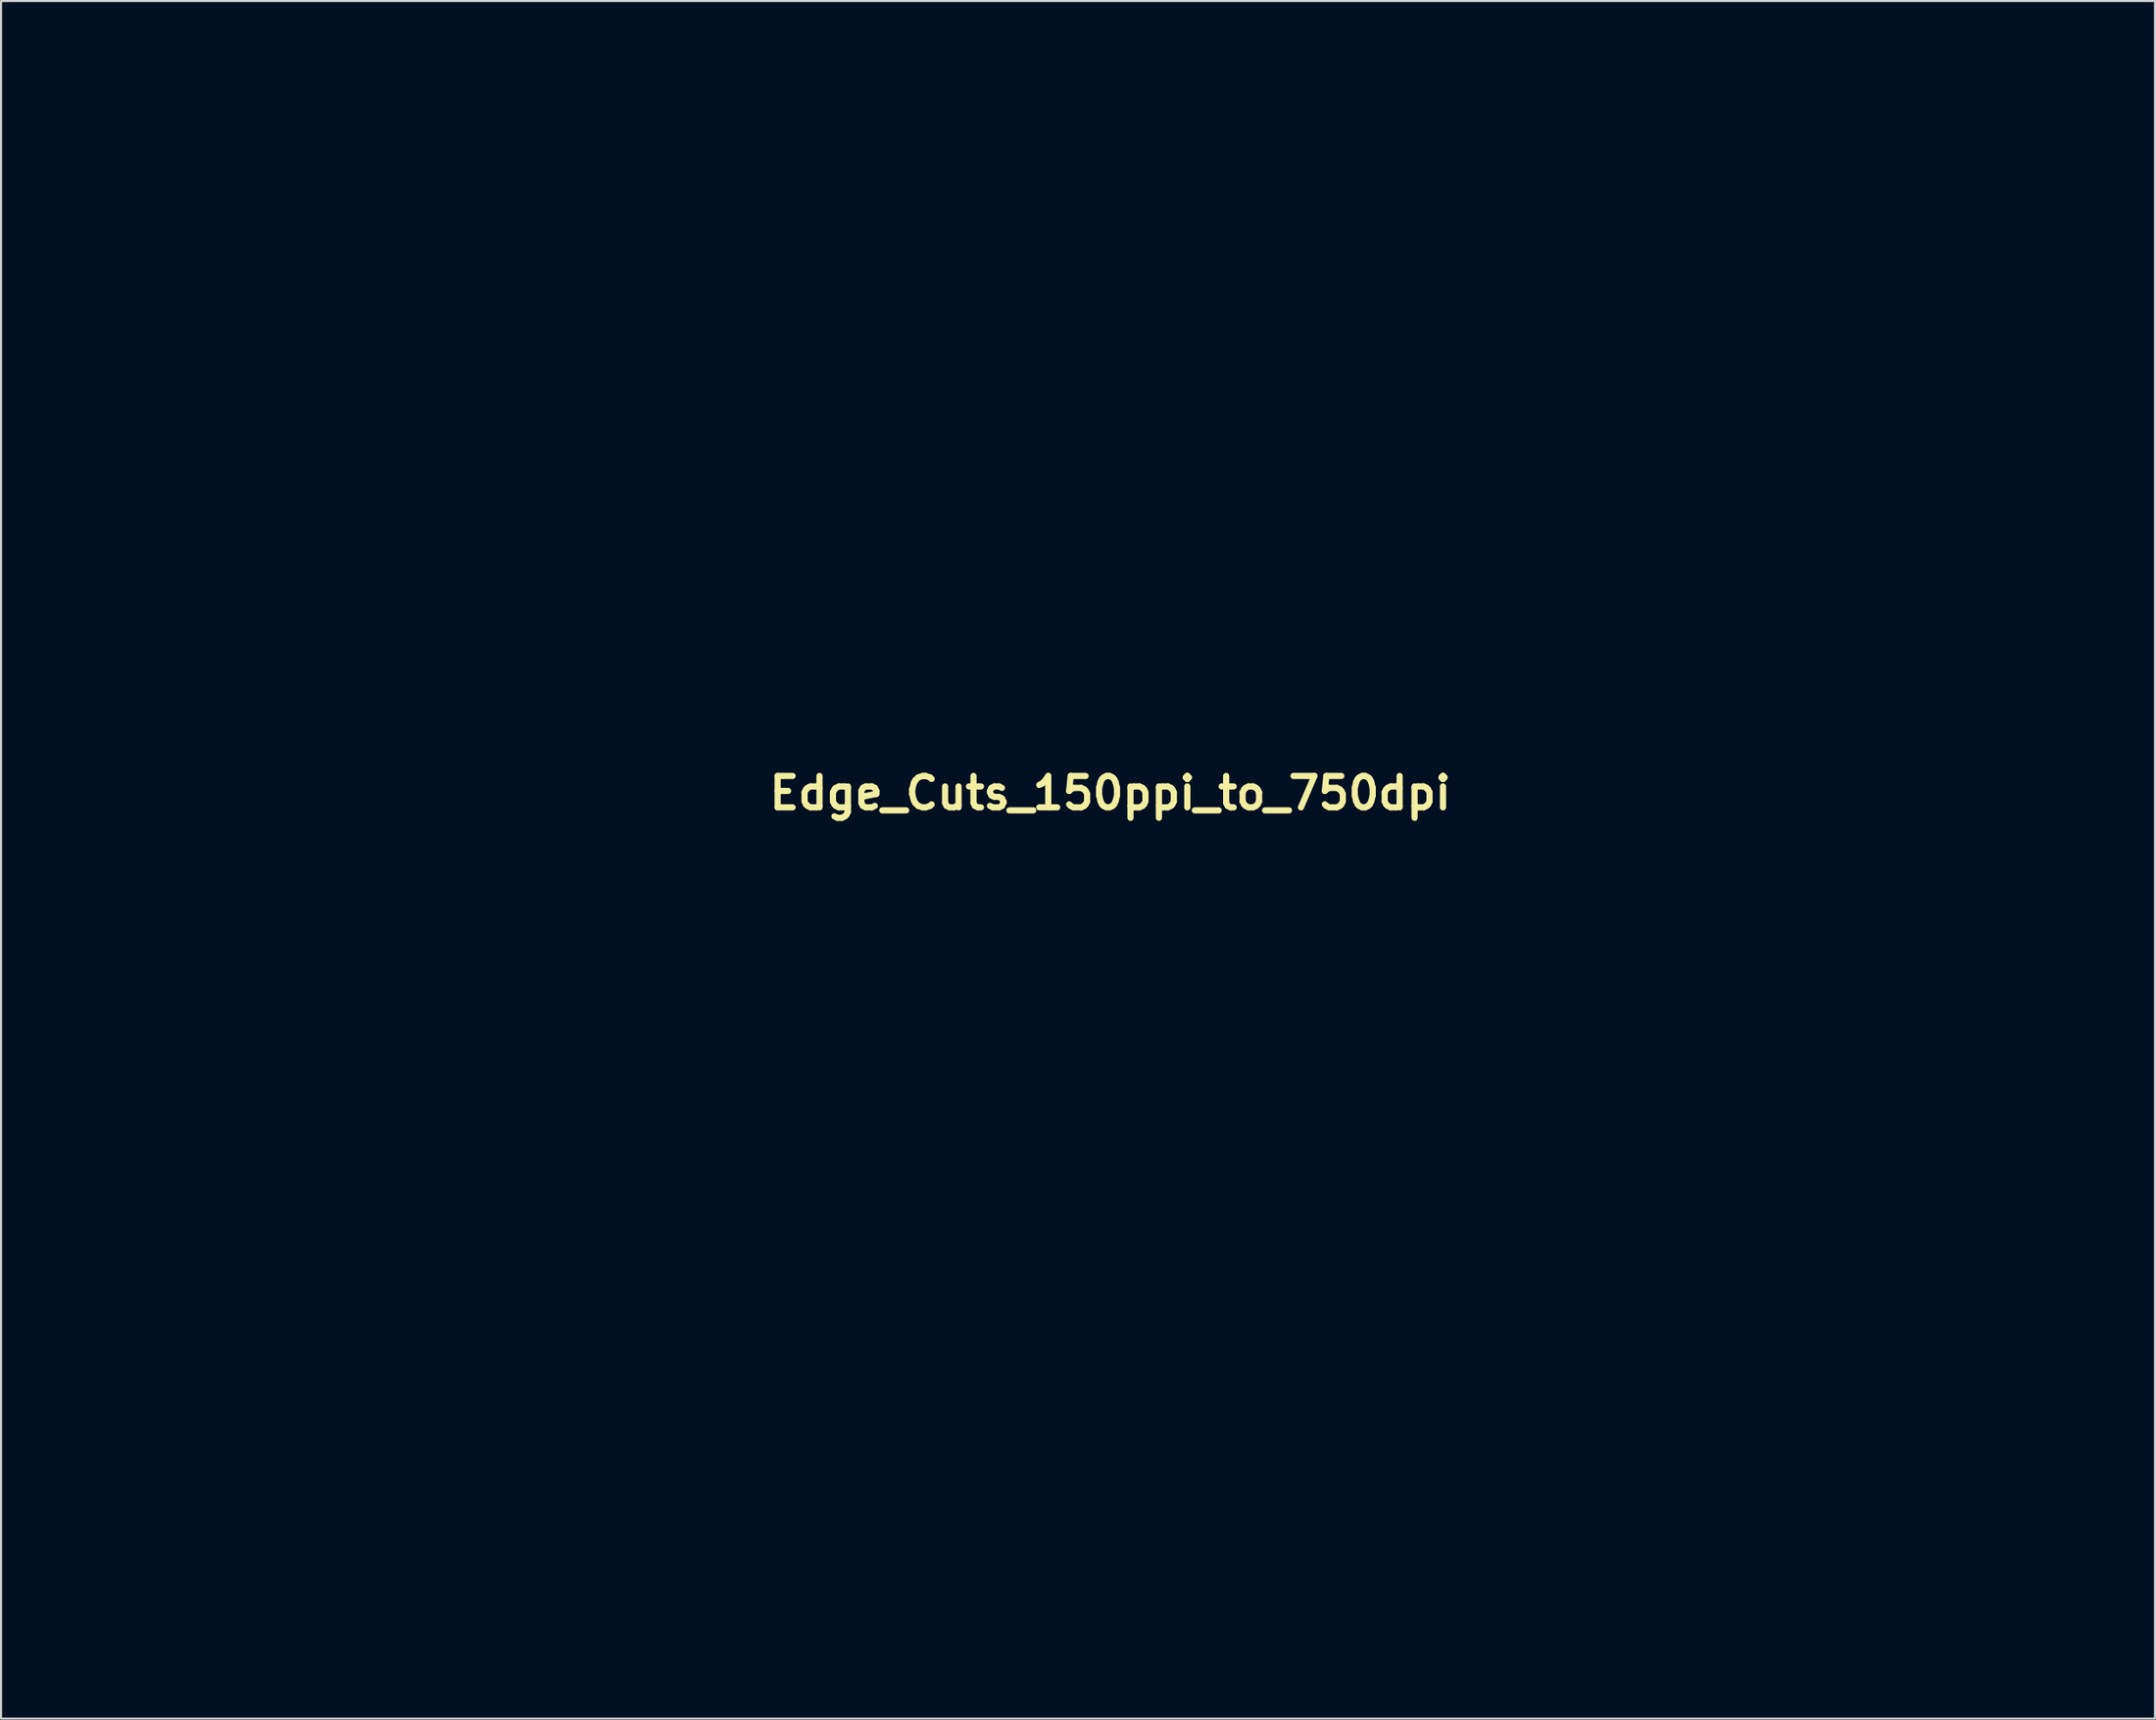
<source format=kicad_pcb>
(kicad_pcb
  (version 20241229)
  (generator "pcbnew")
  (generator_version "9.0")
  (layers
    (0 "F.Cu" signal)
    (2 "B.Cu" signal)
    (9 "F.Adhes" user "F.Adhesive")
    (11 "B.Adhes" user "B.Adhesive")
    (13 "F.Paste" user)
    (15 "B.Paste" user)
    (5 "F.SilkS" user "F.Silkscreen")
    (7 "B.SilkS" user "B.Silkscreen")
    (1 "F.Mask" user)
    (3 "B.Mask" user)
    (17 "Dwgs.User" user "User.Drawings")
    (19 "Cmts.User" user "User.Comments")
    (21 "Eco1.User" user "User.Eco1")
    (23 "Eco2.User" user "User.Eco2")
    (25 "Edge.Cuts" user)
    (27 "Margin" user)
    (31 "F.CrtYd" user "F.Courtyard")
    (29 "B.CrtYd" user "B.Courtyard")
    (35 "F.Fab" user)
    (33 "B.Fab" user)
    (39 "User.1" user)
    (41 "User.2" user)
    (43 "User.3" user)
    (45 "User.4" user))
  (footprint "Edge_Cuts_150ppi_to_750dpi"
    (layer "F.Cu")
    (at 50.842 35.448)
    (property "Reference" "Edge_Cuts_150ppi_to_750dpi" (at 0 0 0) (layer "F.SilkS") (effects (font (size 1.524 1.524) (thickness 0.3))))
    (attr through_hole)
    (fp_poly (pts (xy 0.12 -35.443) (xy 0.561 -35.44) (xy 0.998 -35.434) (xy 1.419 -35.426) (xy 1.814 -35.415) (xy 2.172 -35.403) (xy 2.482 -35.387) (xy 2.711 -35.372) (xy 3.444 -35.31) (xy 4.127 -35.242) (xy 4.776 -35.166) (xy 5.407 -35.081) (xy 6.038 -34.984) (xy 6.686 -34.873) (xy 7.281 -34.762) (xy 8.806 -34.434) (xy 10.317 -34.039) (xy 11.813 -33.581) (xy 13.293 -33.058) (xy 14.754 -32.473) (xy 16.194 -31.827) (xy 17.613 -31.12) (xy 19.007 -30.353) (xy 20.375 -29.528) (xy 21.716 -28.646) (xy 23.027 -27.707) (xy 24.307 -26.713) (xy 25.553 -25.665) (xy 26.765 -24.563) (xy 27.94 -23.41) (xy 28.966 -22.326) (xy 30.113 -21.021) (xy 31.21 -19.672) (xy 32.255 -18.279) (xy 33.248 -16.844) (xy 34.188 -15.367) (xy 35.076 -13.849) (xy 35.91 -12.291) (xy 36.69 -10.694) (xy 37.415 -9.059) (xy 38.085 -7.386) (xy 38.123 -7.285) (xy 38.674 -5.741) (xy 39.176 -4.156) (xy 39.629 -2.54) (xy 40.029 -0.901) (xy 40.376 0.752) (xy 40.666 2.409) (xy 40.898 4.062) (xy 41.063 5.622) (xy 41.081 5.827) (xy 41.098 6.021) (xy 41.113 6.187) (xy 41.124 6.311) (xy 41.13 6.367) (xy 41.137 6.463) (xy 41.147 6.605) (xy 41.157 6.775) (xy 41.166 6.926) (xy 41.175 7.092) (xy 41.185 7.239) (xy 41.193 7.351) (xy 41.199 7.408) (xy 41.213 7.532) (xy 41.224 7.716) (xy 41.235 7.953) (xy 41.243 8.238) (xy 41.251 8.562) (xy 41.256 8.919) (xy 41.26 9.302) (xy 41.263 9.704) (xy 41.264 10.117) (xy 41.263 10.535) (xy 41.261 10.952) (xy 41.258 11.358) (xy 41.253 11.749) (xy 41.246 12.117) (xy 41.238 12.455) (xy 41.228 12.755) (xy 41.217 13.012) (xy 41.204 13.217) (xy 41.199 13.276) (xy 41.191 13.381) (xy 41.18 13.528) (xy 41.169 13.688) (xy 41.166 13.733) (xy 41.119 14.39) (xy 41.065 15.027) (xy 41.025 15.442) (xy 41.006 15.652) (xy 40.995 15.815) (xy 40.994 15.925) (xy 41.002 15.974) (xy 41.004 15.977) (xy 41.06 16.006) (xy 41.161 16.067) (xy 41.296 16.155) (xy 41.454 16.261) (xy 41.627 16.379) (xy 41.802 16.502) (xy 41.971 16.623) (xy 42.123 16.734) (xy 42.169 16.769) (xy 42.926 17.388) (xy 43.633 18.051) (xy 44.289 18.756) (xy 44.893 19.501) (xy 45.443 20.282) (xy 45.937 21.098) (xy 46.374 21.945) (xy 46.752 22.821) (xy 47.07 23.724) (xy 47.327 24.65) (xy 47.52 25.597) (xy 47.599 26.128) (xy 47.661 26.736) (xy 47.696 27.382) (xy 47.704 28.045) (xy 47.686 28.702) (xy 47.641 29.333) (xy 47.599 29.701) (xy 47.441 30.655) (xy 47.219 31.589) (xy 46.935 32.499) (xy 46.592 33.385) (xy 46.191 34.241) (xy 45.734 35.067) (xy 45.222 35.86) (xy 44.659 36.617) (xy 44.044 37.335) (xy 43.382 38.011) (xy 42.672 38.644) (xy 41.918 39.231) (xy 41.121 39.768) (xy 40.282 40.253) (xy 39.932 40.435) (xy 39.045 40.841) (xy 38.14 41.183) (xy 37.214 41.461) (xy 36.265 41.675) (xy 35.292 41.827) (xy 35.137 41.845) (xy 34.989 41.858) (xy 34.793 41.871) (xy 34.56 41.882) (xy 34.301 41.893) (xy 34.03 41.901) (xy 33.757 41.908) (xy 33.493 41.913) (xy 33.252 41.916) (xy 33.044 41.915) (xy 32.881 41.912) (xy 32.783 41.906) (xy 32.703 41.899) (xy 32.574 41.887) (xy 32.413 41.873) (xy 32.241 41.858) (xy 31.648 41.79) (xy 31.022 41.688) (xy 30.382 41.554) (xy 29.749 41.393) (xy 29.146 41.211) (xy 29.106 41.198) (xy 28.194 40.858) (xy 27.312 40.457) (xy 26.46 39.999) (xy 25.644 39.484) (xy 24.864 38.914) (xy 24.124 38.292) (xy 23.427 37.62) (xy 22.775 36.899) (xy 22.17 36.132) (xy 22.06 35.98) (xy 21.896 35.728) (xy 21.73 35.436) (xy 21.578 35.13) (xy 21.453 34.838) (xy 21.449 34.828) (xy 21.328 34.513) (xy 21.211 34.602) (xy 21.093 34.692) (xy 21.116 34.931) (xy 21.129 35.065) (xy 21.141 35.182) (xy 21.15 35.255) (xy 21.158 35.328) (xy 21.169 35.446) (xy 21.18 35.587) (xy 21.184 35.628) (xy 21.196 35.772) (xy 21.207 35.899) (xy 21.217 35.987) (xy 21.219 36.002) (xy 21.22 36.068) (xy 21.211 36.184) (xy 21.194 36.335) (xy 21.171 36.505) (xy 21.17 36.513) (xy 21.14 36.702) (xy 21.11 36.847) (xy 21.073 36.97) (xy 21.023 37.093) (xy 20.953 37.239) (xy 20.934 37.276) (xy 20.701 37.693) (xy 20.419 38.136) (xy 20.094 38.594) (xy 19.94 38.794) (xy 19.794 38.978) (xy 19.661 39.132) (xy 19.525 39.273) (xy 19.372 39.417) (xy 19.186 39.58) (xy 19.104 39.649) (xy 18.68 39.989) (xy 18.259 40.296) (xy 17.85 40.565) (xy 17.463 40.789) (xy 17.272 40.885) (xy 17.112 40.961) (xy 16.983 41.017) (xy 16.866 41.06) (xy 16.746 41.094) (xy 16.605 41.125) (xy 16.426 41.157) (xy 16.273 41.183) (xy 15.906 41.238) (xy 15.498 41.291) (xy 15.071 41.339) (xy 14.645 41.38) (xy 14.24 41.412) (xy 13.876 41.434) (xy 13.814 41.436) (xy 13.319 41.455) (xy 12.459 41.266) (xy 12.194 41.206) (xy 11.881 41.134) (xy 11.541 41.052) (xy 11.19 40.967) (xy 10.849 40.882) (xy 10.536 40.802) (xy 10.533 40.801) (xy 10.234 40.724) (xy 9.993 40.663) (xy 9.798 40.616) (xy 9.642 40.581) (xy 9.516 40.556) (xy 9.41 40.539) (xy 9.315 40.53) (xy 9.223 40.525) (xy 9.127 40.524) (xy 8.968 40.526) (xy 8.843 40.535) (xy 8.729 40.556) (xy 8.602 40.593) (xy 8.436 40.652) (xy 8.433 40.653) (xy 8.271 40.709) (xy 8.115 40.76) (xy 7.987 40.797) (xy 7.925 40.812) (xy 7.622 40.865) (xy 7.287 40.913) (xy 6.948 40.954) (xy 6.629 40.984) (xy 6.435 40.997) (xy 6.257 41.006) (xy 6.095 41.015) (xy 5.966 41.024) (xy 5.886 41.03) (xy 5.878 41.031) (xy 5.816 41.035) (xy 5.698 41.038) (xy 5.534 41.042) (xy 5.337 41.045) (xy 5.116 41.047) (xy 5.015 41.048) (xy 4.25 41.053) (xy 3.336 40.88) (xy 3.072 40.828) (xy 2.759 40.764) (xy 2.414 40.691) (xy 2.052 40.613) (xy 1.692 40.533) (xy 1.348 40.455) (xy 1.202 40.421) (xy 0.631 40.29) (xy 0.06 40.163) (xy -0.505 40.043) (xy -1.057 39.93) (xy -1.589 39.826) (xy -2.096 39.731) (xy -2.57 39.647) (xy -3.006 39.576) (xy -3.398 39.517) (xy -3.738 39.473) (xy -4.02 39.444) (xy -4.081 39.44) (xy -4.256 39.428) (xy -4.441 39.415) (xy -4.6 39.404) (xy -4.623 39.403) (xy -4.862 39.386) (xy -5.133 39.368) (xy -5.416 39.35) (xy -5.692 39.332) (xy -5.942 39.316) (xy -6.147 39.304) (xy -6.181 39.302) (xy -6.345 39.292) (xy -6.503 39.281) (xy -6.629 39.272) (xy -6.672 39.268) (xy -6.77 39.26) (xy -6.914 39.251) (xy -7.082 39.241) (xy -7.197 39.234) (xy -7.372 39.225) (xy -7.545 39.215) (xy -7.689 39.205) (xy -7.755 39.2) (xy -7.86 39.193) (xy -8.013 39.185) (xy -8.195 39.175) (xy -8.387 39.167) (xy -8.416 39.165) (xy -8.599 39.157) (xy -8.768 39.148) (xy -8.906 39.14) (xy -8.996 39.134) (xy -9.009 39.133) (xy -9.082 39.127) (xy -9.209 39.12) (xy -9.375 39.112) (xy -9.566 39.103) (xy -9.703 39.097) (xy -9.893 39.089) (xy -10.059 39.081) (xy -10.189 39.074) (xy -10.271 39.068) (xy -10.295 39.064) (xy -10.335 39.06) (xy -10.435 39.054) (xy -10.588 39.047) (xy -10.788 39.04) (xy -11.027 39.032) (xy -11.299 39.023) (xy -11.595 39.015) (xy -11.91 39.006) (xy -12.235 38.999) (xy -12.311 38.997) (xy -12.633 38.989) (xy -12.9 38.978) (xy -13.126 38.962) (xy -13.324 38.938) (xy -13.507 38.903) (xy -13.689 38.854) (xy -13.882 38.788) (xy -14.1 38.702) (xy -14.355 38.593) (xy -14.58 38.495) (xy -14.872 38.365) (xy -15.117 38.252) (xy -15.329 38.149) (xy -15.523 38.048) (xy -15.716 37.94) (xy -15.921 37.819) (xy -16.154 37.675) (xy -16.155 37.674) (xy -16.378 37.537) (xy -16.643 37.377) (xy -16.934 37.203) (xy -17.233 37.026) (xy -17.523 36.857) (xy -17.746 36.728) (xy -18.01 36.574) (xy -18.313 36.392) (xy -18.639 36.193) (xy -18.97 35.986) (xy -19.292 35.783) (xy -19.586 35.592) (xy -19.643 35.555) (xy -19.905 35.383) (xy -20.176 35.207) (xy -20.444 35.034) (xy -20.697 34.873) (xy -20.922 34.731) (xy -21.11 34.614) (xy -21.184 34.569) (xy -21.487 34.374) (xy -21.824 34.137) (xy -22.182 33.865) (xy -22.552 33.568) (xy -22.923 33.254) (xy -23.282 32.932) (xy -23.314 32.903) (xy -23.621 32.585) (xy -23.926 32.205) (xy -24.227 31.768) (xy -24.519 31.279) (xy -24.608 31.115) (xy -24.698 30.949) (xy -24.779 30.807) (xy -24.844 30.698) (xy -24.889 30.631) (xy -24.904 30.615) (xy -24.944 30.628) (xy -25.036 30.661) (xy -25.166 30.711) (xy -25.325 30.773) (xy -25.418 30.81) (xy -25.903 31.005) (xy -25.942 31.225) (xy -25.989 31.464) (xy -26.053 31.747) (xy -26.131 32.056) (xy -26.217 32.371) (xy -26.306 32.674) (xy -26.385 32.925) (xy -26.709 33.792) (xy -27.09 34.628) (xy -27.525 35.43) (xy -28.012 36.195) (xy -28.549 36.921) (xy -29.132 37.606) (xy -29.76 38.246) (xy -30.429 38.839) (xy -31.137 39.383) (xy -31.883 39.876) (xy -32.662 40.313) (xy -33.473 40.694) (xy -34.314 41.015) (xy -34.398 41.044) (xy -35.133 41.264) (xy -35.869 41.438) (xy -36.59 41.564) (xy -36.906 41.603) (xy -37.052 41.619) (xy -37.205 41.636) (xy -37.253 41.641) (xy -37.455 41.658) (xy -37.71 41.668) (xy -38.004 41.672) (xy -38.321 41.671) (xy -38.649 41.664) (xy -38.971 41.652) (xy -39.274 41.635) (xy -39.544 41.613) (xy -39.624 41.605) (xy -40.51 41.474) (xy -41.384 41.278) (xy -42.239 41.02) (xy -43.071 40.701) (xy -43.872 40.323) (xy -43.908 40.304) (xy -44.721 39.842) (xy -45.487 39.333) (xy -46.207 38.774) (xy -46.883 38.164) (xy -47.518 37.501) (xy -47.959 36.981) (xy -48.516 36.234) (xy -49.017 35.45) (xy -49.461 34.633) (xy -49.845 33.786) (xy -50.169 32.913) (xy -50.432 32.016) (xy -50.632 31.098) (xy -50.767 30.164) (xy -50.78 30.04) (xy -50.824 29.427) (xy -50.832 29.021) (xy -50.619 29.021) (xy -50.617 29.285) (xy -50.612 29.513) (xy -50.603 29.691) (xy -50.597 29.752) (xy -50.579 29.919) (xy -50.561 30.097) (xy -50.547 30.243) (xy -50.524 30.437) (xy -50.487 30.679) (xy -50.442 30.95) (xy -50.389 31.232) (xy -50.334 31.506) (xy -50.279 31.753) (xy -50.256 31.846) (xy -49.995 32.753) (xy -49.675 33.631) (xy -49.297 34.477) (xy -48.862 35.288) (xy -48.372 36.064) (xy -47.828 36.8) (xy -47.233 37.496) (xy -46.586 38.148) (xy -45.891 38.755) (xy -45.729 38.883) (xy -44.999 39.413) (xy -44.241 39.883) (xy -43.457 40.292) (xy -42.65 40.641) (xy -41.825 40.929) (xy -40.983 41.156) (xy -40.13 41.32) (xy -39.267 41.423) (xy -38.399 41.463) (xy -37.528 41.44) (xy -36.658 41.354) (xy -35.792 41.204) (xy -34.934 40.99) (xy -34.086 40.712) (xy -33.253 40.369) (xy -33.112 40.304) (xy -32.692 40.092) (xy -32.245 39.841) (xy -31.791 39.563) (xy -31.347 39.269) (xy -30.933 38.971) (xy -30.7 38.79) (xy -30.325 38.471) (xy -29.933 38.107) (xy -29.538 37.71) (xy -29.154 37.297) (xy -28.795 36.881) (xy -28.474 36.477) (xy -28.348 36.306) (xy -27.842 35.546) (xy -27.39 34.748) (xy -26.996 33.921) (xy -26.661 33.07) (xy -26.389 32.2) (xy -26.197 31.394) (xy -26.162 31.223) (xy -26.129 31.074) (xy -26.101 30.96) (xy -26.083 30.895) (xy -26.08 30.888) (xy -26.044 30.864) (xy -25.957 30.819) (xy -25.83 30.76) (xy -25.676 30.691) (xy -25.505 30.617) (xy -25.33 30.543) (xy -25.163 30.474) (xy -25.015 30.415) (xy -24.898 30.372) (xy -24.824 30.348) (xy -24.807 30.345) (xy -24.782 30.374) (xy -24.73 30.454) (xy -24.658 30.575) (xy -24.571 30.73) (xy -24.473 30.908) (xy -24.457 30.94) (xy -24.206 31.389) (xy -23.964 31.779) (xy -23.724 32.12) (xy -23.48 32.42) (xy -23.227 32.687) (xy -23.151 32.759) (xy -22.807 33.068) (xy -22.447 33.375) (xy -22.083 33.669) (xy -21.725 33.942) (xy -21.386 34.185) (xy -21.077 34.389) (xy -20.98 34.448) (xy -20.816 34.548) (xy -20.608 34.678) (xy -20.367 34.83) (xy -20.105 34.998) (xy -19.834 35.172) (xy -19.566 35.347) (xy -19.439 35.43) (xy -19.158 35.613) (xy -18.851 35.809) (xy -18.532 36.007) (xy -18.219 36.2) (xy -17.927 36.375) (xy -17.671 36.525) (xy -17.611 36.56) (xy -17.342 36.714) (xy -17.046 36.887) (xy -16.741 37.067) (xy -16.446 37.244) (xy -16.182 37.405) (xy -16.061 37.48) (xy -15.828 37.623) (xy -15.627 37.743) (xy -15.444 37.847) (xy -15.263 37.943) (xy -15.07 38.037) (xy -14.851 38.138) (xy -14.591 38.254) (xy -14.452 38.314) (xy -14.194 38.426) (xy -13.977 38.518) (xy -13.79 38.592) (xy -13.622 38.65) (xy -13.463 38.694) (xy -13.303 38.727) (xy -13.129 38.75) (xy -12.933 38.767) (xy -12.702 38.778) (xy -12.427 38.786) (xy -12.097 38.793) (xy -12.04 38.794) (xy -11.695 38.801) (xy -11.363 38.81) (xy -11.051 38.819) (xy -10.768 38.829) (xy -10.522 38.838) (xy -10.322 38.848) (xy -10.175 38.856) (xy -10.109 38.862) (xy -10.04 38.868) (xy -9.918 38.875) (xy -9.758 38.883) (xy -9.576 38.891) (xy -9.5 38.894) (xy -9.303 38.903) (xy -9.114 38.912) (xy -8.951 38.921) (xy -8.831 38.928) (xy -8.805 38.93) (xy -8.64 38.941) (xy -8.408 38.955) (xy -8.11 38.971) (xy -7.746 38.99) (xy -7.586 38.998) (xy -7.413 39.008) (xy -7.243 39.018) (xy -7.1 39.027) (xy -7.044 39.031) (xy -6.921 39.04) (xy -6.76 39.051) (xy -6.592 39.062) (xy -6.553 39.064) (xy -6.423 39.073) (xy -6.242 39.084) (xy -6.025 39.099) (xy -5.79 39.114) (xy -5.554 39.13) (xy -5.537 39.132) (xy -5.296 39.148) (xy -5.052 39.164) (xy -4.821 39.179) (xy -4.623 39.191) (xy -4.473 39.2) (xy -4.47 39.2) (xy -4.204 39.217) (xy -3.949 39.238) (xy -3.694 39.263) (xy -3.433 39.294) (xy -3.155 39.333) (xy -2.852 39.381) (xy -2.515 39.439) (xy -2.135 39.508) (xy -1.702 39.59) (xy -1.422 39.645) (xy -1.048 39.719) (xy -0.637 39.803) (xy -0.207 39.893) (xy 0.225 39.985) (xy 0.641 40.076) (xy 1.024 40.161) (xy 1.338 40.233) (xy 1.668 40.309) (xy 2.018 40.388) (xy 2.371 40.466) (xy 2.714 40.539) (xy 3.031 40.605) (xy 3.307 40.661) (xy 3.471 40.692) (xy 4.318 40.85) (xy 5.249 40.829) (xy 5.597 40.821) (xy 5.887 40.814) (xy 6.132 40.805) (xy 6.343 40.795) (xy 6.53 40.783) (xy 6.704 40.768) (xy 6.877 40.749) (xy 7.06 40.726) (xy 7.264 40.698) (xy 7.348 40.686) (xy 7.698 40.629) (xy 7.981 40.569) (xy 8.197 40.506) (xy 8.212 40.5) (xy 8.424 40.425) (xy 8.61 40.367) (xy 8.779 40.326) (xy 8.942 40.303) (xy 9.109 40.297) (xy 9.289 40.31) (xy 9.495 40.34) (xy 9.735 40.389) (xy 10.02 40.456) (xy 10.346 40.538) (xy 10.684 40.625) (xy 10.965 40.697) (xy 11.2 40.756) (xy 11.397 40.806) (xy 11.566 40.848) (xy 11.717 40.884) (xy 11.859 40.918) (xy 12.002 40.95) (xy 12.154 40.984) (xy 12.325 41.021) (xy 12.525 41.064) (xy 12.531 41.066) (xy 12.773 41.118) (xy 12.965 41.157) (xy 13.119 41.185) (xy 13.25 41.203) (xy 13.373 41.214) (xy 13.502 41.219) (xy 13.652 41.219) (xy 13.767 41.219) (xy 13.984 41.213) (xy 14.241 41.2) (xy 14.513 41.181) (xy 14.774 41.158) (xy 14.884 41.147) (xy 15.096 41.124) (xy 15.297 41.102) (xy 15.474 41.083) (xy 15.611 41.068) (xy 15.68 41.061) (xy 15.785 41.048) (xy 15.937 41.025) (xy 16.117 40.997) (xy 16.305 40.966) (xy 16.324 40.962) (xy 16.527 40.925) (xy 16.686 40.888) (xy 16.827 40.845) (xy 16.971 40.787) (xy 17.144 40.708) (xy 17.187 40.686) (xy 17.493 40.525) (xy 17.829 40.322) (xy 18.181 40.087) (xy 18.535 39.831) (xy 18.876 39.562) (xy 19.012 39.448) (xy 19.227 39.259) (xy 19.405 39.087) (xy 19.565 38.914) (xy 19.726 38.72) (xy 19.791 38.637) (xy 20.081 38.249) (xy 20.329 37.885) (xy 20.547 37.529) (xy 20.725 37.203) (xy 20.809 37.038) (xy 20.867 36.912) (xy 20.905 36.801) (xy 20.932 36.685) (xy 20.954 36.542) (xy 20.964 36.457) (xy 20.98 36.314) (xy 20.989 36.186) (xy 20.992 36.057) (xy 20.988 35.913) (xy 20.976 35.737) (xy 20.957 35.514) (xy 20.95 35.441) (xy 20.931 35.233) (xy 20.912 35.041) (xy 20.896 34.879) (xy 20.882 34.76) (xy 20.874 34.696) (xy 20.87 34.646) (xy 20.883 34.603) (xy 20.923 34.556) (xy 20.999 34.493) (xy 21.122 34.404) (xy 21.128 34.399) (xy 21.246 34.317) (xy 21.344 34.252) (xy 21.409 34.213) (xy 21.427 34.205) (xy 21.45 34.235) (xy 21.487 34.315) (xy 21.531 34.431) (xy 21.553 34.493) (xy 21.695 34.866) (xy 21.866 35.228) (xy 22.072 35.59) (xy 22.32 35.964) (xy 22.616 36.361) (xy 22.692 36.457) (xy 23.324 37.196) (xy 24.002 37.886) (xy 24.724 38.525) (xy 25.485 39.112) (xy 26.284 39.645) (xy 27.118 40.12) (xy 27.985 40.538) (xy 28.732 40.841) (xy 29.318 41.045) (xy 29.898 41.218) (xy 30.487 41.364) (xy 31.096 41.485) (xy 31.738 41.583) (xy 32.425 41.66) (xy 32.918 41.703) (xy 33.001 41.706) (xy 33.133 41.708) (xy 33.303 41.708) (xy 33.5 41.707) (xy 33.712 41.704) (xy 33.929 41.701) (xy 34.139 41.697) (xy 34.329 41.693) (xy 34.49 41.688) (xy 34.609 41.683) (xy 34.675 41.678) (xy 34.683 41.676) (xy 34.738 41.666) (xy 34.84 41.654) (xy 34.969 41.643) (xy 34.991 41.641) (xy 35.149 41.628) (xy 35.287 41.614) (xy 35.421 41.598) (xy 35.569 41.577) (xy 35.746 41.548) (xy 35.971 41.51) (xy 36.017 41.502) (xy 36.961 41.305) (xy 37.884 41.043) (xy 38.785 40.719) (xy 39.66 40.333) (xy 40.507 39.888) (xy 41.323 39.383) (xy 42.106 38.822) (xy 42.852 38.205) (xy 43.295 37.795) (xy 43.962 37.105) (xy 44.574 36.377) (xy 45.131 35.614) (xy 45.632 34.819) (xy 46.075 33.995) (xy 46.46 33.146) (xy 46.786 32.275) (xy 47.052 31.384) (xy 47.257 30.476) (xy 47.401 29.556) (xy 47.481 28.626) (xy 47.499 27.689) (xy 47.451 26.748) (xy 47.339 25.806) (xy 47.16 24.867) (xy 47.089 24.57) (xy 46.829 23.666) (xy 46.506 22.783) (xy 46.123 21.923) (xy 45.682 21.092) (xy 45.187 20.292) (xy 44.639 19.528) (xy 44.042 18.802) (xy 43.398 18.12) (xy 42.709 17.483) (xy 41.978 16.897) (xy 41.376 16.473) (xy 41.212 16.364) (xy 41.064 16.266) (xy 40.943 16.185) (xy 40.859 16.13) (xy 40.828 16.109) (xy 40.81 16.095) (xy 40.796 16.075) (xy 40.787 16.044) (xy 40.781 15.995) (xy 40.781 15.921) (xy 40.785 15.816) (xy 40.795 15.674) (xy 40.81 15.488) (xy 40.83 15.251) (xy 40.856 14.958) (xy 40.877 14.732) (xy 40.899 14.487) (xy 40.916 14.293) (xy 40.929 14.134) (xy 40.939 13.995) (xy 40.948 13.859) (xy 40.957 13.71) (xy 40.963 13.592) (xy 40.973 13.421) (xy 40.982 13.264) (xy 40.991 13.14) (xy 40.997 13.073) (xy 41.01 12.906) (xy 41.022 12.682) (xy 41.032 12.406) (xy 41.04 12.088) (xy 41.047 11.734) (xy 41.052 11.353) (xy 41.055 10.952) (xy 41.057 10.539) (xy 41.057 10.123) (xy 41.056 9.71) (xy 41.053 9.31) (xy 41.048 8.928) (xy 41.041 8.575) (xy 41.033 8.256) (xy 41.023 7.98) (xy 41.012 7.756) (xy 40.999 7.589) (xy 40.997 7.569) (xy 40.991 7.497) (xy 40.983 7.374) (xy 40.974 7.217) (xy 40.965 7.042) (xy 40.964 7.027) (xy 40.955 6.848) (xy 40.945 6.68) (xy 40.936 6.543) (xy 40.928 6.454) (xy 40.928 6.452) (xy 40.917 6.346) (xy 40.904 6.205) (xy 40.894 6.079) (xy 40.827 5.338) (xy 40.741 4.55) (xy 40.639 3.732) (xy 40.522 2.901) (xy 40.395 2.075) (xy 40.258 1.27) (xy 40.114 0.504) (xy 40.112 0.491) (xy 39.742 -1.218) (xy 39.315 -2.904) (xy 38.83 -4.565) (xy 38.289 -6.2) (xy 37.694 -7.807) (xy 37.045 -9.385) (xy 36.343 -10.931) (xy 35.59 -12.444) (xy 34.787 -13.924) (xy 33.935 -15.367) (xy 33.035 -16.773) (xy 32.088 -18.14) (xy 31.096 -19.467) (xy 30.059 -20.751) (xy 28.979 -21.992) (xy 27.857 -23.188) (xy 26.694 -24.336) (xy 25.491 -25.436) (xy 24.249 -26.486) (xy 22.969 -27.485) (xy 21.654 -28.43) (xy 20.303 -29.321) (xy 18.918 -30.156) (xy 17.5 -30.932) (xy 16.967 -31.204) (xy 15.786 -31.776) (xy 14.626 -32.293) (xy 13.475 -32.761) (xy 12.319 -33.184) (xy 11.147 -33.568) (xy 9.946 -33.916) (xy 8.89 -34.189) (xy 8.276 -34.332) (xy 7.638 -34.47) (xy 6.986 -34.599) (xy 6.333 -34.718) (xy 5.691 -34.825) (xy 5.073 -34.917) (xy 4.489 -34.993) (xy 3.952 -35.051) (xy 3.742 -35.069) (xy 3.604 -35.081) (xy 3.483 -35.093) (xy 3.404 -35.102) (xy 3.395 -35.103) (xy 3.331 -35.11) (xy 3.217 -35.12) (xy 3.071 -35.13) (xy 2.955 -35.137) (xy 2.796 -35.148) (xy 2.656 -35.158) (xy 2.552 -35.167) (xy 2.509 -35.172) (xy 2.382 -35.186) (xy 2.195 -35.198) (xy 1.957 -35.208) (xy 1.674 -35.217) (xy 1.356 -35.224) (xy 1.01 -35.229) (xy 0.644 -35.232) (xy 0.266 -35.234) (xy -0.115 -35.234) (xy -0.492 -35.232) (xy -0.858 -35.228) (xy -1.203 -35.223) (xy -1.52 -35.216) (xy -1.801 -35.207) (xy -2.038 -35.197) (xy -2.223 -35.185) (xy -2.344 -35.171) (xy -2.41 -35.164) (xy -2.524 -35.155) (xy -2.67 -35.145) (xy -2.777 -35.138) (xy -3.389 -35.09) (xy -4.053 -35.021) (xy -4.755 -34.933) (xy -5.484 -34.826) (xy -6.227 -34.704) (xy -6.973 -34.567) (xy -7.708 -34.419) (xy -8.42 -34.261) (xy -8.778 -34.176) (xy -9.997 -33.857) (xy -11.178 -33.506) (xy -12.335 -33.119) (xy -13.48 -32.692) (xy -14.625 -32.219) (xy -15.783 -31.696) (xy -16.764 -31.219) (xy -18.198 -30.465) (xy -19.597 -29.654) (xy -20.962 -28.786) (xy -22.293 -27.861) (xy -23.592 -26.877) (xy -24.859 -25.833) (xy -26.097 -24.73) (xy -27.305 -23.565) (xy -27.314 -23.556) (xy -28.516 -22.304) (xy -29.667 -21.008) (xy -30.766 -19.668) (xy -31.814 -18.284) (xy -32.81 -16.858) (xy -33.753 -15.39) (xy -34.643 -13.881) (xy -35.48 -12.332) (xy -36.262 -10.742) (xy -36.667 -9.855) (xy -37.37 -8.192) (xy -38.01 -6.504) (xy -38.587 -4.791) (xy -39.1 -3.054) (xy -39.551 -1.293) (xy -39.938 0.49) (xy -40.261 2.296) (xy -40.521 4.124) (xy -40.536 4.25) (xy -40.563 4.475) (xy -40.59 4.714) (xy -40.615 4.944) (xy -40.634 5.137) (xy -40.639 5.182) (xy -40.661 5.421) (xy -40.678 5.606) (xy -40.692 5.751) (xy -40.703 5.87) (xy -40.712 5.976) (xy -40.722 6.083) (xy -40.733 6.205) (xy -40.74 6.282) (xy -40.756 6.481) (xy -40.773 6.713) (xy -40.787 6.941) (xy -40.794 7.061) (xy -40.803 7.233) (xy -40.813 7.391) (xy -40.822 7.516) (xy -40.828 7.586) (xy -40.835 7.686) (xy -40.843 7.844) (xy -40.851 8.051) (xy -40.859 8.297) (xy -40.867 8.573) (xy -40.874 8.869) (xy -40.881 9.177) (xy -40.886 9.485) (xy -40.89 9.786) (xy -40.893 10.07) (xy -40.894 10.326) (xy -40.894 10.346) (xy -40.893 10.588) (xy -40.891 10.857) (xy -40.887 11.145) (xy -40.881 11.441) (xy -40.875 11.737) (xy -40.869 12.025) (xy -40.861 12.295) (xy -40.853 12.537) (xy -40.846 12.744) (xy -40.838 12.906) (xy -40.831 13.014) (xy -40.827 13.046) (xy -40.821 13.108) (xy -40.813 13.221) (xy -40.804 13.373) (xy -40.795 13.548) (xy -40.792 13.595) (xy -40.783 13.77) (xy -40.774 13.924) (xy -40.767 14.042) (xy -40.761 14.111) (xy -40.76 14.12) (xy -40.753 14.175) (xy -40.744 14.28) (xy -40.733 14.419) (xy -40.726 14.512) (xy -40.715 14.666) (xy -40.704 14.803) (xy -40.694 14.902) (xy -40.69 14.935) (xy -40.683 15) (xy -40.673 15.113) (xy -40.663 15.26) (xy -40.651 15.43) (xy -40.64 15.607) (xy -40.63 15.781) (xy -40.621 15.937) (xy -40.616 16.064) (xy -40.613 16.146) (xy -40.614 16.173) (xy -40.648 16.184) (xy -40.737 16.207) (xy -40.868 16.241) (xy -41.031 16.282) (xy -41.131 16.306) (xy -41.96 16.54) (xy -42.758 16.827) (xy -43.53 17.169) (xy -44.283 17.571) (xy -45.022 18.034) (xy -45.752 18.562) (xy -45.885 18.665) (xy -46.065 18.815) (xy -46.278 19.005) (xy -46.513 19.224) (xy -46.759 19.462) (xy -47.003 19.706) (xy -47.236 19.946) (xy -47.446 20.172) (xy -47.622 20.371) (xy -47.661 20.417) (xy -48.231 21.159) (xy -48.743 21.934) (xy -49.195 22.742) (xy -49.588 23.582) (xy -49.921 24.451) (xy -50.193 25.349) (xy -50.404 26.275) (xy -50.549 27.187) (xy -50.566 27.36) (xy -50.581 27.584) (xy -50.594 27.845) (xy -50.604 28.132) (xy -50.612 28.432) (xy -50.617 28.733) (xy -50.619 29.021) (xy -50.832 29.021) (xy -50.837 28.775) (xy -50.82 28.103) (xy -50.776 27.432) (xy -50.704 26.781) (xy -50.605 26.171) (xy -50.593 26.111) (xy -50.382 25.211) (xy -50.111 24.336) (xy -49.783 23.489) (xy -49.4 22.672) (xy -48.964 21.889) (xy -48.477 21.141) (xy -47.943 20.43) (xy -47.363 19.76) (xy -46.74 19.132) (xy -46.076 18.55) (xy -45.374 18.015) (xy -44.635 17.531) (xy -43.863 17.099) (xy -43.059 16.722) (xy -42.227 16.402) (xy -41.367 16.143) (xy -40.932 16.037) (xy -40.834 16.015) (xy -40.854 15.619) (xy -40.864 15.439) (xy -40.88 15.216) (xy -40.898 14.974) (xy -40.917 14.739) (xy -40.924 14.664) (xy -40.943 14.439) (xy -40.962 14.203) (xy -40.979 13.978) (xy -40.992 13.789) (xy -40.996 13.733) (xy -41.006 13.567) (xy -41.017 13.415) (xy -41.026 13.296) (xy -41.031 13.242) (xy -41.043 13.095) (xy -41.054 12.891) (xy -41.064 12.637) (xy -41.072 12.339) (xy -41.079 12.005) (xy -41.084 11.641) (xy -41.088 11.256) (xy -41.091 10.855) (xy -41.092 10.445) (xy -41.092 10.034) (xy -41.091 9.629) (xy -41.088 9.237) (xy -41.083 8.864) (xy -41.078 8.519) (xy -41.071 8.206) (xy -41.062 7.935) (xy -41.053 7.711) (xy -41.041 7.542) (xy -41.031 7.445) (xy -41.024 7.38) (xy -41.015 7.265) (xy -41.005 7.116) (xy -40.997 6.977) (xy -40.989 6.838) (xy -40.982 6.723) (xy -40.976 6.617) (xy -40.968 6.507) (xy -40.958 6.381) (xy -40.945 6.224) (xy -40.929 6.025) (xy -40.91 5.808) (xy -40.744 4.192) (xy -40.518 2.557) (xy -40.235 0.915) (xy -39.896 -0.727) (xy -39.504 -2.356) (xy -39.061 -3.965) (xy -38.598 -5.453) (xy -38.02 -7.104) (xy -37.384 -8.729) (xy -36.691 -10.325) (xy -35.942 -11.891) (xy -35.14 -13.423) (xy -34.285 -14.92) (xy -33.379 -16.379) (xy -32.423 -17.799) (xy -31.419 -19.177) (xy -30.368 -20.511) (xy -29.27 -21.799) (xy -28.129 -23.039) (xy -26.945 -24.229) (xy -25.754 -25.335) (xy -24.492 -26.42) (xy -23.199 -27.446) (xy -21.877 -28.414) (xy -20.527 -29.323) (xy -19.15 -30.171) (xy -17.749 -30.959) (xy -16.323 -31.685) (xy -14.875 -32.349) (xy -13.405 -32.951) (xy -11.916 -33.489) (xy -10.408 -33.963) (xy -8.883 -34.373) (xy -7.342 -34.717) (xy -6.841 -34.814) (xy -5.553 -35.033) (xy -4.275 -35.207) (xy -3.018 -35.335) (xy -1.796 -35.415) (xy -1.795 -35.415) (xy -1.487 -35.427) (xy -1.131 -35.435) (xy -0.737 -35.441) (xy -0.317 -35.443) (xy 0.12 -35.443)) (stroke (width 0.01) (type solid)) (fill no) (layer "Eco1.User")))
  (gr_rect
    (start -3 -3)
    (end 101.551 80.369)
    (stroke (width 0.1) (type default))
    (fill no)
    (layer "Edge.Cuts")))
</source>
